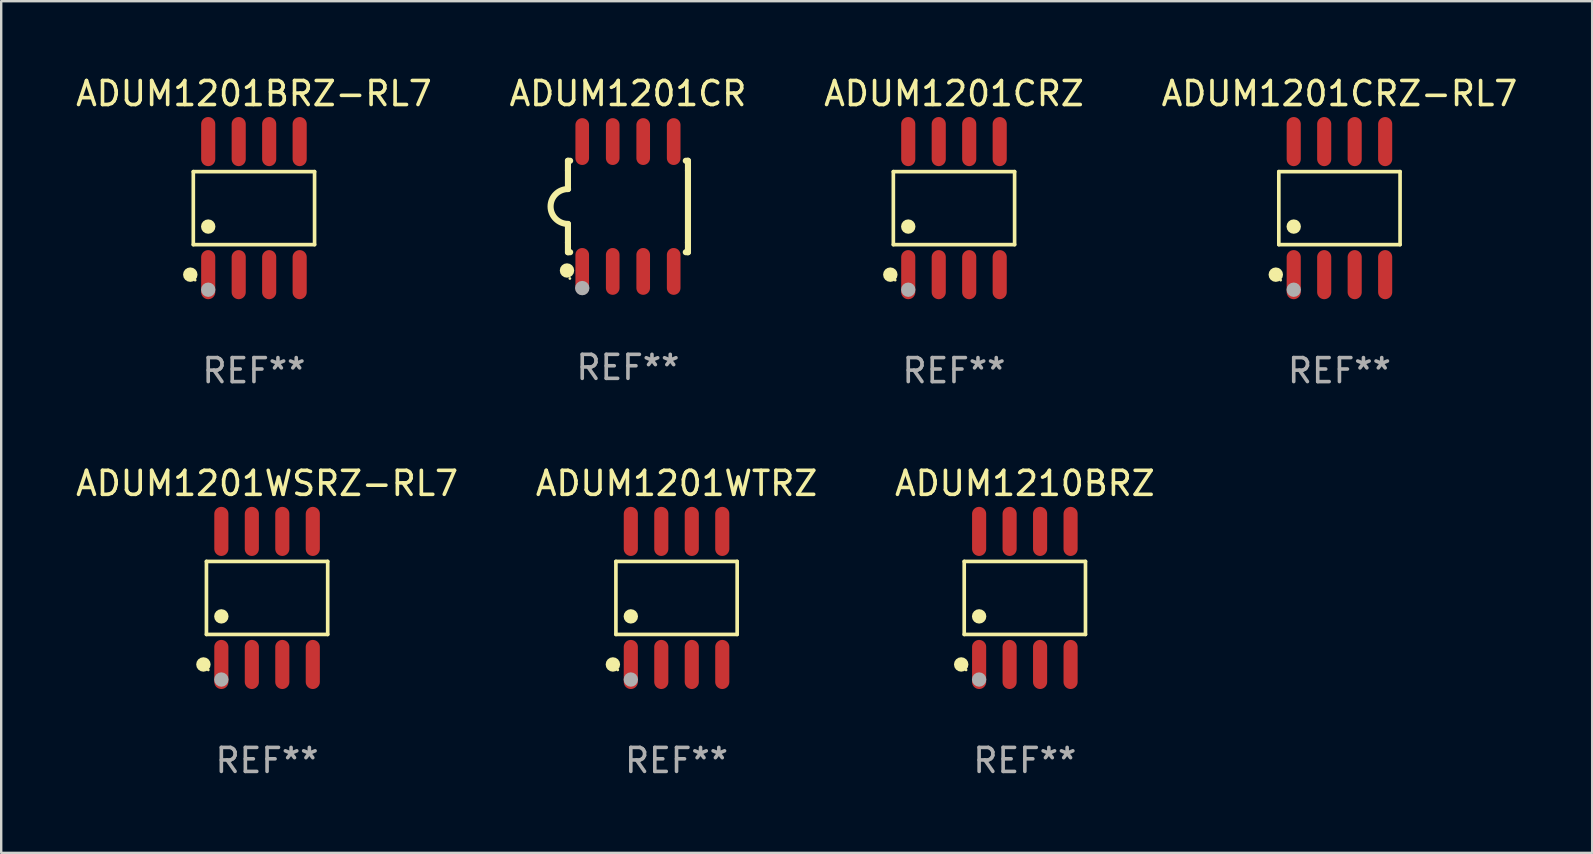
<source format=kicad_pcb>
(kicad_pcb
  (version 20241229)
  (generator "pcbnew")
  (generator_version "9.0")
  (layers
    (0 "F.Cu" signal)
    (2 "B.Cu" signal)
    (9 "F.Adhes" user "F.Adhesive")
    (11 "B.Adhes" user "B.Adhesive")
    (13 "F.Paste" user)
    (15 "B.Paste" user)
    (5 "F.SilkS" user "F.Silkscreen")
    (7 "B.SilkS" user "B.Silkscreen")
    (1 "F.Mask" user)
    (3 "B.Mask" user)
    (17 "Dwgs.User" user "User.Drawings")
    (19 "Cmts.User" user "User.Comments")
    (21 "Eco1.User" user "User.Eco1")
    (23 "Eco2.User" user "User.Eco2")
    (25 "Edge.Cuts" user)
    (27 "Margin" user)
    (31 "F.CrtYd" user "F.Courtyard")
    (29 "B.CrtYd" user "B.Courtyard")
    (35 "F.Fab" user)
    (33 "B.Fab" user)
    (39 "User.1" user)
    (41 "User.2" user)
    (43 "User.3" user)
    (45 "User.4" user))
  (footprint "ADUM1201BRZ-RL7"
    (layer "F.Cu")
    (at 7.53 5.621)
    (property "Reference" "ADUM1201BRZ-RL7" (at 0 -4.772 0) (layer "F.SilkS") (effects (font (size 1 1) (thickness 0.15))))
    (attr through_hole)
    (fp_line (start -2.526 -1.521) (end 2.526 -1.521) (stroke (width 0.152) (type solid)) (layer "F.SilkS"))
    (fp_line (start -2.526 1.521) (end -2.526 -1.521) (stroke (width 0.152) (type solid)) (layer "F.SilkS"))
    (fp_line (start 2.526 -1.521) (end 2.526 1.521) (stroke (width 0.152) (type solid)) (layer "F.SilkS"))
    (fp_line (start 2.526 1.521) (end -2.526 1.521) (stroke (width 0.152) (type solid)) (layer "F.SilkS"))
    (fp_circle (center -2.652 2.772) (end -2.501 2.772) (stroke (width 0.3) (type solid)) (fill no) (layer "F.SilkS"))
    (fp_circle (center -2.45 3) (end -2.42 3) (stroke (width 0.06) (type solid)) (fill no) (layer "F.SilkS"))
    (fp_circle (center -1.905 0.769) (end -1.755 0.769) (stroke (width 0.3) (type solid)) (fill no) (layer "F.SilkS"))
    (fp_circle (center -1.905 3.4) (end -1.755 3.4) (stroke (width 0.3) (type solid)) (fill no) (layer "F.Fab"))
    (fp_text user "REF**" (at 0 6.772 0) (layer "F.Fab") (effects (font (size 1 1) (thickness 0.15))))
    (pad "1" smd oval (at -1.905 2.772) (size 0.588 2.045) (layers "F.Cu" "F.Mask" "F.Paste"))
    (pad "2" smd oval (at -0.635 2.772) (size 0.588 2.045) (layers "F.Cu" "F.Mask" "F.Paste"))
    (pad "3" smd oval (at 0.635 2.772) (size 0.588 2.045) (layers "F.Cu" "F.Mask" "F.Paste"))
    (pad "4" smd oval (at 1.905 2.772) (size 0.588 2.045) (layers "F.Cu" "F.Mask" "F.Paste"))
    (pad "5" smd oval (at 1.905 -2.772) (size 0.588 2.045) (layers "F.Cu" "F.Mask" "F.Paste"))
    (pad "6" smd oval (at 0.635 -2.772) (size 0.588 2.045) (layers "F.Cu" "F.Mask" "F.Paste"))
    (pad "7" smd oval (at -0.635 -2.772) (size 0.588 2.045) (layers "F.Cu" "F.Mask" "F.Paste"))
    (pad "8" smd oval (at -1.905 -2.772) (size 0.588 2.045) (layers "F.Cu" "F.Mask" "F.Paste")))
  (footprint "ADUM1201WSRZ-RL7"
    (layer "F.Cu")
    (at 8.077 21.862)
    (property "Reference" "ADUM1201WSRZ-RL7" (at 0 -4.772 0) (layer "F.SilkS") (effects (font (size 1 1) (thickness 0.15))))
    (attr through_hole)
    (fp_line (start -2.526 -1.521) (end 2.526 -1.521) (stroke (width 0.152) (type solid)) (layer "F.SilkS"))
    (fp_line (start -2.526 1.521) (end -2.526 -1.521) (stroke (width 0.152) (type solid)) (layer "F.SilkS"))
    (fp_line (start 2.526 -1.521) (end 2.526 1.521) (stroke (width 0.152) (type solid)) (layer "F.SilkS"))
    (fp_line (start 2.526 1.521) (end -2.526 1.521) (stroke (width 0.152) (type solid)) (layer "F.SilkS"))
    (fp_circle (center -2.652 2.772) (end -2.501 2.772) (stroke (width 0.3) (type solid)) (fill no) (layer "F.SilkS"))
    (fp_circle (center -2.45 3) (end -2.42 3) (stroke (width 0.06) (type solid)) (fill no) (layer "F.SilkS"))
    (fp_circle (center -1.905 0.769) (end -1.755 0.769) (stroke (width 0.3) (type solid)) (fill no) (layer "F.SilkS"))
    (fp_circle (center -1.905 3.4) (end -1.755 3.4) (stroke (width 0.3) (type solid)) (fill no) (layer "F.Fab"))
    (fp_text user "REF**" (at 0 6.772 0) (layer "F.Fab") (effects (font (size 1 1) (thickness 0.15))))
    (pad "1" smd oval (at -1.905 2.772) (size 0.588 2.045) (layers "F.Cu" "F.Mask" "F.Paste"))
    (pad "2" smd oval (at -0.635 2.772) (size 0.588 2.045) (layers "F.Cu" "F.Mask" "F.Paste"))
    (pad "3" smd oval (at 0.635 2.772) (size 0.588 2.045) (layers "F.Cu" "F.Mask" "F.Paste"))
    (pad "4" smd oval (at 1.905 2.772) (size 0.588 2.045) (layers "F.Cu" "F.Mask" "F.Paste"))
    (pad "5" smd oval (at 1.905 -2.772) (size 0.588 2.045) (layers "F.Cu" "F.Mask" "F.Paste"))
    (pad "6" smd oval (at 0.635 -2.772) (size 0.588 2.045) (layers "F.Cu" "F.Mask" "F.Paste"))
    (pad "7" smd oval (at -0.635 -2.772) (size 0.588 2.045) (layers "F.Cu" "F.Mask" "F.Paste"))
    (pad "8" smd oval (at -1.905 -2.772) (size 0.588 2.045) (layers "F.Cu" "F.Mask" "F.Paste")))
  (footprint "ADUM1210BRZ"
    (layer "F.Cu")
    (at 39.649 21.862)
    (property "Reference" "ADUM1210BRZ" (at 0 -4.772 0) (layer "F.SilkS") (effects (font (size 1 1) (thickness 0.15))))
    (attr through_hole)
    (fp_line (start -2.526 -1.521) (end 2.526 -1.521) (stroke (width 0.152) (type solid)) (layer "F.SilkS"))
    (fp_line (start -2.526 1.521) (end -2.526 -1.521) (stroke (width 0.152) (type solid)) (layer "F.SilkS"))
    (fp_line (start 2.526 -1.521) (end 2.526 1.521) (stroke (width 0.152) (type solid)) (layer "F.SilkS"))
    (fp_line (start 2.526 1.521) (end -2.526 1.521) (stroke (width 0.152) (type solid)) (layer "F.SilkS"))
    (fp_circle (center -2.652 2.772) (end -2.501 2.772) (stroke (width 0.3) (type solid)) (fill no) (layer "F.SilkS"))
    (fp_circle (center -2.45 3) (end -2.42 3) (stroke (width 0.06) (type solid)) (fill no) (layer "F.SilkS"))
    (fp_circle (center -1.905 0.769) (end -1.755 0.769) (stroke (width 0.3) (type solid)) (fill no) (layer "F.SilkS"))
    (fp_circle (center -1.905 3.4) (end -1.755 3.4) (stroke (width 0.3) (type solid)) (fill no) (layer "F.Fab"))
    (fp_text user "REF**" (at 0 6.772 0) (layer "F.Fab") (effects (font (size 1 1) (thickness 0.15))))
    (pad "1" smd oval (at -1.905 2.772) (size 0.588 2.045) (layers "F.Cu" "F.Mask" "F.Paste"))
    (pad "2" smd oval (at -0.635 2.772) (size 0.588 2.045) (layers "F.Cu" "F.Mask" "F.Paste"))
    (pad "3" smd oval (at 0.635 2.772) (size 0.588 2.045) (layers "F.Cu" "F.Mask" "F.Paste"))
    (pad "4" smd oval (at 1.905 2.772) (size 0.588 2.045) (layers "F.Cu" "F.Mask" "F.Paste"))
    (pad "5" smd oval (at 1.905 -2.772) (size 0.588 2.045) (layers "F.Cu" "F.Mask" "F.Paste"))
    (pad "6" smd oval (at 0.635 -2.772) (size 0.588 2.045) (layers "F.Cu" "F.Mask" "F.Paste"))
    (pad "7" smd oval (at -0.635 -2.772) (size 0.588 2.045) (layers "F.Cu" "F.Mask" "F.Paste"))
    (pad "8" smd oval (at -1.905 -2.772) (size 0.588 2.045) (layers "F.Cu" "F.Mask" "F.Paste")))
  (footprint "ADUM1201WTRZ"
    (layer "F.Cu")
    (at 25.137 21.862)
    (property "Reference" "ADUM1201WTRZ" (at 0 -4.772 0) (layer "F.SilkS") (effects (font (size 1 1) (thickness 0.15))))
    (attr through_hole)
    (fp_line (start -2.526 -1.521) (end 2.526 -1.521) (stroke (width 0.152) (type solid)) (layer "F.SilkS"))
    (fp_line (start -2.526 1.521) (end -2.526 -1.521) (stroke (width 0.152) (type solid)) (layer "F.SilkS"))
    (fp_line (start 2.526 -1.521) (end 2.526 1.521) (stroke (width 0.152) (type solid)) (layer "F.SilkS"))
    (fp_line (start 2.526 1.521) (end -2.526 1.521) (stroke (width 0.152) (type solid)) (layer "F.SilkS"))
    (fp_circle (center -2.652 2.772) (end -2.501 2.772) (stroke (width 0.3) (type solid)) (fill no) (layer "F.SilkS"))
    (fp_circle (center -2.45 3) (end -2.42 3) (stroke (width 0.06) (type solid)) (fill no) (layer "F.SilkS"))
    (fp_circle (center -1.905 0.769) (end -1.755 0.769) (stroke (width 0.3) (type solid)) (fill no) (layer "F.SilkS"))
    (fp_circle (center -1.905 3.4) (end -1.755 3.4) (stroke (width 0.3) (type solid)) (fill no) (layer "F.Fab"))
    (fp_text user "REF**" (at 0 6.772 0) (layer "F.Fab") (effects (font (size 1 1) (thickness 0.15))))
    (pad "1" smd oval (at -1.905 2.772) (size 0.588 2.045) (layers "F.Cu" "F.Mask" "F.Paste"))
    (pad "2" smd oval (at -0.635 2.772) (size 0.588 2.045) (layers "F.Cu" "F.Mask" "F.Paste"))
    (pad "3" smd oval (at 0.635 2.772) (size 0.588 2.045) (layers "F.Cu" "F.Mask" "F.Paste"))
    (pad "4" smd oval (at 1.905 2.772) (size 0.588 2.045) (layers "F.Cu" "F.Mask" "F.Paste"))
    (pad "5" smd oval (at 1.905 -2.772) (size 0.588 2.045) (layers "F.Cu" "F.Mask" "F.Paste"))
    (pad "6" smd oval (at 0.635 -2.772) (size 0.588 2.045) (layers "F.Cu" "F.Mask" "F.Paste"))
    (pad "7" smd oval (at -0.635 -2.772) (size 0.588 2.045) (layers "F.Cu" "F.Mask" "F.Paste"))
    (pad "8" smd oval (at -1.905 -2.772) (size 0.588 2.045) (layers "F.Cu" "F.Mask" "F.Paste")))
  (footprint "ADUM1201CR"
    (layer "F.Cu")
    (at 23.113 5.553)
    (property "Reference" "ADUM1201CR" (at 0 -4.705 0) (layer "F.SilkS") (effects (font (size 1 1) (thickness 0.15))))
    (attr through_hole)
    (fp_line (start -2.5 -1.905) (end -2.409 -1.905) (stroke (width 0.254) (type solid)) (layer "F.SilkS"))
    (fp_line (start -2.5 -1.5) (end -2.5 -1.905) (stroke (width 0.254) (type solid)) (layer "F.SilkS"))
    (fp_line (start -2.5 -1.5) (end -2.5 -0.726) (stroke (width 0.254) (type solid)) (layer "F.SilkS"))
    (fp_line (start -2.5 1.5) (end -2.5 0.727) (stroke (width 0.254) (type solid)) (layer "F.SilkS"))
    (fp_line (start -2.5 1.5) (end -2.5 1.905) (stroke (width 0.254) (type solid)) (layer "F.SilkS"))
    (fp_line (start -2.5 1.905) (end -2.409 1.905) (stroke (width 0.254) (type solid)) (layer "F.SilkS"))
    (fp_line (start 2.5 -1.905) (end 2.409 -1.905) (stroke (width 0.254) (type solid)) (layer "F.SilkS"))
    (fp_line (start 2.5 -1.5) (end 2.5 -1.905) (stroke (width 0.254) (type solid)) (layer "F.SilkS"))
    (fp_line (start 2.5 -1.5) (end 2.5 1.5) (stroke (width 0.254) (type solid)) (layer "F.SilkS"))
    (fp_line (start 2.5 1.5) (end 2.5 1.905) (stroke (width 0.254) (type solid)) (layer "F.SilkS"))
    (fp_line (start 2.5 1.905) (end 2.409 1.905) (stroke (width 0.254) (type solid)) (layer "F.SilkS"))
    (fp_arc (start -2.5 0.726568) (mid -3.220316 -0.0023) (end -2.495097 -0.726289) (stroke (width 0.254001) (type solid)) (layer "F.SilkS"))
    (fp_circle (center -2.54 2.667) (end -2.39 2.667) (stroke (width 0.3) (type solid)) (fill no) (layer "F.SilkS"))
    (fp_circle (center -2.42 3) (end -2.39 3) (stroke (width 0.06) (type solid)) (fill no) (layer "F.SilkS"))
    (fp_circle (center -1.905 3.4) (end -1.755 3.4) (stroke (width 0.3) (type solid)) (fill no) (layer "F.Fab"))
    (fp_text user "REF**" (at 0 6.705 0) (layer "F.Fab") (effects (font (size 1 1) (thickness 0.15))))
    (pad "1" smd oval (at -1.905 2.705) (size 0.568 1.95) (layers "F.Cu" "F.Mask" "F.Paste"))
    (pad "2" smd oval (at -0.635 2.705) (size 0.568 1.95) (layers "F.Cu" "F.Mask" "F.Paste"))
    (pad "3" smd oval (at 0.635 2.705) (size 0.568 1.95) (layers "F.Cu" "F.Mask" "F.Paste"))
    (pad "4" smd oval (at 1.905 2.705) (size 0.568 1.95) (layers "F.Cu" "F.Mask" "F.Paste"))
    (pad "5" smd oval (at 1.905 -2.705) (size 0.568 1.95) (layers "F.Cu" "F.Mask" "F.Paste"))
    (pad "6" smd oval (at 0.635 -2.705) (size 0.568 1.95) (layers "F.Cu" "F.Mask" "F.Paste"))
    (pad "7" smd oval (at -0.635 -2.705) (size 0.568 1.95) (layers "F.Cu" "F.Mask" "F.Paste"))
    (pad "8" smd oval (at -1.905 -2.705) (size 0.568 1.95) (layers "F.Cu" "F.Mask" "F.Paste")))
  (footprint "ADUM1201CRZ"
    (layer "F.Cu")
    (at 36.696 5.621)
    (property "Reference" "ADUM1201CRZ" (at 0 -4.772 0) (layer "F.SilkS") (effects (font (size 1 1) (thickness 0.15))))
    (attr through_hole)
    (fp_line (start -2.526 -1.521) (end 2.526 -1.521) (stroke (width 0.152) (type solid)) (layer "F.SilkS"))
    (fp_line (start -2.526 1.521) (end -2.526 -1.521) (stroke (width 0.152) (type solid)) (layer "F.SilkS"))
    (fp_line (start 2.526 -1.521) (end 2.526 1.521) (stroke (width 0.152) (type solid)) (layer "F.SilkS"))
    (fp_line (start 2.526 1.521) (end -2.526 1.521) (stroke (width 0.152) (type solid)) (layer "F.SilkS"))
    (fp_circle (center -2.652 2.772) (end -2.501 2.772) (stroke (width 0.3) (type solid)) (fill no) (layer "F.SilkS"))
    (fp_circle (center -2.45 3) (end -2.42 3) (stroke (width 0.06) (type solid)) (fill no) (layer "F.SilkS"))
    (fp_circle (center -1.905 0.769) (end -1.755 0.769) (stroke (width 0.3) (type solid)) (fill no) (layer "F.SilkS"))
    (fp_circle (center -1.905 3.4) (end -1.755 3.4) (stroke (width 0.3) (type solid)) (fill no) (layer "F.Fab"))
    (fp_text user "REF**" (at 0 6.772 0) (layer "F.Fab") (effects (font (size 1 1) (thickness 0.15))))
    (pad "1" smd oval (at -1.905 2.772) (size 0.588 2.045) (layers "F.Cu" "F.Mask" "F.Paste"))
    (pad "2" smd oval (at -0.635 2.772) (size 0.588 2.045) (layers "F.Cu" "F.Mask" "F.Paste"))
    (pad "3" smd oval (at 0.635 2.772) (size 0.588 2.045) (layers "F.Cu" "F.Mask" "F.Paste"))
    (pad "4" smd oval (at 1.905 2.772) (size 0.588 2.045) (layers "F.Cu" "F.Mask" "F.Paste"))
    (pad "5" smd oval (at 1.905 -2.772) (size 0.588 2.045) (layers "F.Cu" "F.Mask" "F.Paste"))
    (pad "6" smd oval (at 0.635 -2.772) (size 0.588 2.045) (layers "F.Cu" "F.Mask" "F.Paste"))
    (pad "7" smd oval (at -0.635 -2.772) (size 0.588 2.045) (layers "F.Cu" "F.Mask" "F.Paste"))
    (pad "8" smd oval (at -1.905 -2.772) (size 0.588 2.045) (layers "F.Cu" "F.Mask" "F.Paste")))
  (footprint "ADUM1201CRZ-RL7"
    (layer "F.Cu")
    (at 52.756 5.621)
    (property "Reference" "ADUM1201CRZ-RL7" (at 0 -4.772 0) (layer "F.SilkS") (effects (font (size 1 1) (thickness 0.15))))
    (attr through_hole)
    (fp_line (start -2.526 -1.521) (end 2.526 -1.521) (stroke (width 0.152) (type solid)) (layer "F.SilkS"))
    (fp_line (start -2.526 1.521) (end -2.526 -1.521) (stroke (width 0.152) (type solid)) (layer "F.SilkS"))
    (fp_line (start 2.526 -1.521) (end 2.526 1.521) (stroke (width 0.152) (type solid)) (layer "F.SilkS"))
    (fp_line (start 2.526 1.521) (end -2.526 1.521) (stroke (width 0.152) (type solid)) (layer "F.SilkS"))
    (fp_circle (center -2.652 2.772) (end -2.501 2.772) (stroke (width 0.3) (type solid)) (fill no) (layer "F.SilkS"))
    (fp_circle (center -2.45 3) (end -2.42 3) (stroke (width 0.06) (type solid)) (fill no) (layer "F.SilkS"))
    (fp_circle (center -1.905 0.769) (end -1.755 0.769) (stroke (width 0.3) (type solid)) (fill no) (layer "F.SilkS"))
    (fp_circle (center -1.905 3.4) (end -1.755 3.4) (stroke (width 0.3) (type solid)) (fill no) (layer "F.Fab"))
    (fp_text user "REF**" (at 0 6.772 0) (layer "F.Fab") (effects (font (size 1 1) (thickness 0.15))))
    (pad "1" smd oval (at -1.905 2.772) (size 0.588 2.045) (layers "F.Cu" "F.Mask" "F.Paste"))
    (pad "2" smd oval (at -0.635 2.772) (size 0.588 2.045) (layers "F.Cu" "F.Mask" "F.Paste"))
    (pad "3" smd oval (at 0.635 2.772) (size 0.588 2.045) (layers "F.Cu" "F.Mask" "F.Paste"))
    (pad "4" smd oval (at 1.905 2.772) (size 0.588 2.045) (layers "F.Cu" "F.Mask" "F.Paste"))
    (pad "5" smd oval (at 1.905 -2.772) (size 0.588 2.045) (layers "F.Cu" "F.Mask" "F.Paste"))
    (pad "6" smd oval (at 0.635 -2.772) (size 0.588 2.045) (layers "F.Cu" "F.Mask" "F.Paste"))
    (pad "7" smd oval (at -0.635 -2.772) (size 0.588 2.045) (layers "F.Cu" "F.Mask" "F.Paste"))
    (pad "8" smd oval (at -1.905 -2.772) (size 0.588 2.045) (layers "F.Cu" "F.Mask" "F.Paste")))
  (gr_rect
    (start -3 -3)
    (end 63.286 32.483)
    (stroke (width 0.1) (type default))
    (fill no)
    (layer "Edge.Cuts")))
</source>
